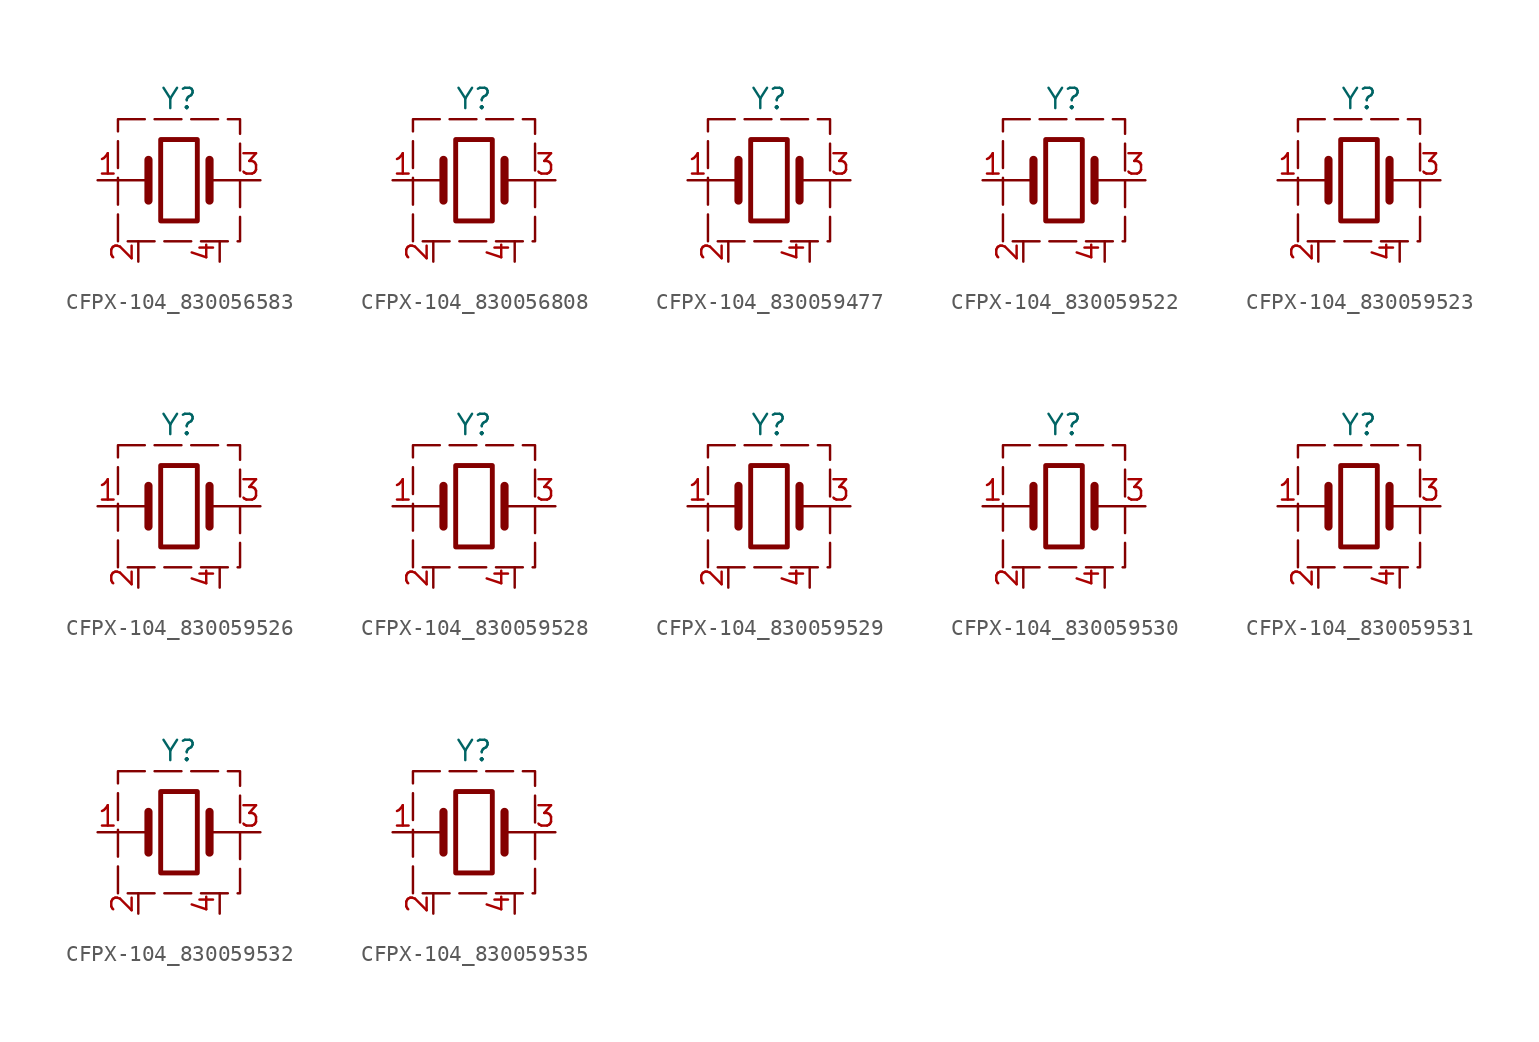
<source format=kicad_sym>
(kicad_symbol_lib
  (version 20220914)
  (generator kicad_symbol_editor)
  (symbol "CFPX-104_830056583"
    (pin_names hide)
    (property "Reference" "Y"
      (at 0 5.08 0)
      (effects (font (size 1.27 1.27))))
    (property "Critical Parameter" ""
      (at 0 -5.08 0)
      (effects (font (size 1.27 1.27)) (justify left)))
    (symbol "CFPX-104_830056583_0_1"
      (rectangle (start -1.143 2.54) (end 1.143 -2.54) (stroke (width 0.305) (type default)) (fill (type none)))
      (polyline (pts (xy -3.81 0) (xy -1.905 0)) (stroke (width 0) (type default)) (fill (type none)))
      (polyline (pts (xy -1.905 -1.27) (xy -1.905 1.27)) (stroke (width 0.508) (type default)) (fill (type none)))
      (polyline (pts (xy 1.905 -1.27) (xy 1.905 1.27)) (stroke (width 0.508) (type default)) (fill (type none)))
      (polyline (pts (xy 3.81 0) (xy 1.905 0)) (stroke (width 0) (type default)) (fill (type none))))
    (symbol "CFPX-104_830056583_1_1"
      (rectangle (start -3.81 3.81) (end 3.81 -3.81) (stroke (width 0) (type dash)) (fill (type none)))
      (pin passive line (at -5.08 0 0) (length 1.27) (name "1" (effects (font (size 1.27 1.27)))) (number "1" (effects (font (size 1.27 1.27)))))
      (pin passive line (at -2.54 -5.08 90) (length 1.27) (name "GND" (effects (font (size 1.27 1.27)))) (number "2" (effects (font (size 1.27 1.27)))))
      (pin passive line (at 5.08 0 180) (length 1.27) (name "3" (effects (font (size 1.27 1.27)))) (number "3" (effects (font (size 1.27 1.27)))))
      (pin passive line (at 2.54 -5.08 90) (length 1.27) (name "GND1" (effects (font (size 1.27 1.27)))) (number "4" (effects (font (size 1.27 1.27)))))))
  (symbol "CFPX-104_830056808"
    (pin_names hide)
    (property "Reference" "Y"
      (at 0 5.08 0)
      (effects (font (size 1.27 1.27))))
    (property "Critical Parameter" ""
      (at 0 -5.08 0)
      (effects (font (size 1.27 1.27)) (justify left)))
    (symbol "CFPX-104_830056808_0_1"
      (rectangle (start -1.143 2.54) (end 1.143 -2.54) (stroke (width 0.305) (type default)) (fill (type none)))
      (polyline (pts (xy -3.81 0) (xy -1.905 0)) (stroke (width 0) (type default)) (fill (type none)))
      (polyline (pts (xy -1.905 -1.27) (xy -1.905 1.27)) (stroke (width 0.508) (type default)) (fill (type none)))
      (polyline (pts (xy 1.905 -1.27) (xy 1.905 1.27)) (stroke (width 0.508) (type default)) (fill (type none)))
      (polyline (pts (xy 3.81 0) (xy 1.905 0)) (stroke (width 0) (type default)) (fill (type none))))
    (symbol "CFPX-104_830056808_1_1"
      (rectangle (start -3.81 3.81) (end 3.81 -3.81) (stroke (width 0) (type dash)) (fill (type none)))
      (pin passive line (at -5.08 0 0) (length 1.27) (name "1" (effects (font (size 1.27 1.27)))) (number "1" (effects (font (size 1.27 1.27)))))
      (pin passive line (at -2.54 -5.08 90) (length 1.27) (name "GND" (effects (font (size 1.27 1.27)))) (number "2" (effects (font (size 1.27 1.27)))))
      (pin passive line (at 5.08 0 180) (length 1.27) (name "3" (effects (font (size 1.27 1.27)))) (number "3" (effects (font (size 1.27 1.27)))))
      (pin passive line (at 2.54 -5.08 90) (length 1.27) (name "GND1" (effects (font (size 1.27 1.27)))) (number "4" (effects (font (size 1.27 1.27)))))))
  (symbol "CFPX-104_830059477"
    (pin_names hide)
    (property "Reference" "Y"
      (at 0 5.08 0)
      (effects (font (size 1.27 1.27))))
    (property "Critical Parameter" ""
      (at 0 -5.08 0)
      (effects (font (size 1.27 1.27)) (justify left)))
    (symbol "CFPX-104_830059477_0_1"
      (rectangle (start -1.143 2.54) (end 1.143 -2.54) (stroke (width 0.305) (type default)) (fill (type none)))
      (polyline (pts (xy -3.81 0) (xy -1.905 0)) (stroke (width 0) (type default)) (fill (type none)))
      (polyline (pts (xy -1.905 -1.27) (xy -1.905 1.27)) (stroke (width 0.508) (type default)) (fill (type none)))
      (polyline (pts (xy 1.905 -1.27) (xy 1.905 1.27)) (stroke (width 0.508) (type default)) (fill (type none)))
      (polyline (pts (xy 3.81 0) (xy 1.905 0)) (stroke (width 0) (type default)) (fill (type none))))
    (symbol "CFPX-104_830059477_1_1"
      (rectangle (start -3.81 3.81) (end 3.81 -3.81) (stroke (width 0) (type dash)) (fill (type none)))
      (pin passive line (at -5.08 0 0) (length 1.27) (name "1" (effects (font (size 1.27 1.27)))) (number "1" (effects (font (size 1.27 1.27)))))
      (pin passive line (at -2.54 -5.08 90) (length 1.27) (name "GND" (effects (font (size 1.27 1.27)))) (number "2" (effects (font (size 1.27 1.27)))))
      (pin passive line (at 5.08 0 180) (length 1.27) (name "3" (effects (font (size 1.27 1.27)))) (number "3" (effects (font (size 1.27 1.27)))))
      (pin passive line (at 2.54 -5.08 90) (length 1.27) (name "GND1" (effects (font (size 1.27 1.27)))) (number "4" (effects (font (size 1.27 1.27)))))))
  (symbol "CFPX-104_830059522"
    (pin_names hide)
    (property "Reference" "Y"
      (at 0 5.08 0)
      (effects (font (size 1.27 1.27))))
    (property "Critical Parameter" ""
      (at 0 -5.08 0)
      (effects (font (size 1.27 1.27)) (justify left)))
    (symbol "CFPX-104_830059522_0_1"
      (rectangle (start -1.143 2.54) (end 1.143 -2.54) (stroke (width 0.305) (type default)) (fill (type none)))
      (polyline (pts (xy -3.81 0) (xy -1.905 0)) (stroke (width 0) (type default)) (fill (type none)))
      (polyline (pts (xy -1.905 -1.27) (xy -1.905 1.27)) (stroke (width 0.508) (type default)) (fill (type none)))
      (polyline (pts (xy 1.905 -1.27) (xy 1.905 1.27)) (stroke (width 0.508) (type default)) (fill (type none)))
      (polyline (pts (xy 3.81 0) (xy 1.905 0)) (stroke (width 0) (type default)) (fill (type none))))
    (symbol "CFPX-104_830059522_1_1"
      (rectangle (start -3.81 3.81) (end 3.81 -3.81) (stroke (width 0) (type dash)) (fill (type none)))
      (pin passive line (at -5.08 0 0) (length 1.27) (name "1" (effects (font (size 1.27 1.27)))) (number "1" (effects (font (size 1.27 1.27)))))
      (pin passive line (at -2.54 -5.08 90) (length 1.27) (name "GND" (effects (font (size 1.27 1.27)))) (number "2" (effects (font (size 1.27 1.27)))))
      (pin passive line (at 5.08 0 180) (length 1.27) (name "3" (effects (font (size 1.27 1.27)))) (number "3" (effects (font (size 1.27 1.27)))))
      (pin passive line (at 2.54 -5.08 90) (length 1.27) (name "GND1" (effects (font (size 1.27 1.27)))) (number "4" (effects (font (size 1.27 1.27)))))))
  (symbol "CFPX-104_830059523"
    (pin_names hide)
    (property "Reference" "Y"
      (at 0 5.08 0)
      (effects (font (size 1.27 1.27))))
    (property "Critical Parameter" ""
      (at 0 -5.08 0)
      (effects (font (size 1.27 1.27)) (justify left)))
    (symbol "CFPX-104_830059523_0_1"
      (rectangle (start -1.143 2.54) (end 1.143 -2.54) (stroke (width 0.305) (type default)) (fill (type none)))
      (polyline (pts (xy -3.81 0) (xy -1.905 0)) (stroke (width 0) (type default)) (fill (type none)))
      (polyline (pts (xy -1.905 -1.27) (xy -1.905 1.27)) (stroke (width 0.508) (type default)) (fill (type none)))
      (polyline (pts (xy 1.905 -1.27) (xy 1.905 1.27)) (stroke (width 0.508) (type default)) (fill (type none)))
      (polyline (pts (xy 3.81 0) (xy 1.905 0)) (stroke (width 0) (type default)) (fill (type none))))
    (symbol "CFPX-104_830059523_1_1"
      (rectangle (start -3.81 3.81) (end 3.81 -3.81) (stroke (width 0) (type dash)) (fill (type none)))
      (pin passive line (at -5.08 0 0) (length 1.27) (name "1" (effects (font (size 1.27 1.27)))) (number "1" (effects (font (size 1.27 1.27)))))
      (pin passive line (at -2.54 -5.08 90) (length 1.27) (name "GND" (effects (font (size 1.27 1.27)))) (number "2" (effects (font (size 1.27 1.27)))))
      (pin passive line (at 5.08 0 180) (length 1.27) (name "3" (effects (font (size 1.27 1.27)))) (number "3" (effects (font (size 1.27 1.27)))))
      (pin passive line (at 2.54 -5.08 90) (length 1.27) (name "GND1" (effects (font (size 1.27 1.27)))) (number "4" (effects (font (size 1.27 1.27)))))))
  (symbol "CFPX-104_830059526"
    (pin_names hide)
    (property "Reference" "Y"
      (at 0 5.08 0)
      (effects (font (size 1.27 1.27))))
    (property "Critical Parameter" ""
      (at 0 -5.08 0)
      (effects (font (size 1.27 1.27)) (justify left)))
    (symbol "CFPX-104_830059526_0_1"
      (rectangle (start -1.143 2.54) (end 1.143 -2.54) (stroke (width 0.305) (type default)) (fill (type none)))
      (polyline (pts (xy -3.81 0) (xy -1.905 0)) (stroke (width 0) (type default)) (fill (type none)))
      (polyline (pts (xy -1.905 -1.27) (xy -1.905 1.27)) (stroke (width 0.508) (type default)) (fill (type none)))
      (polyline (pts (xy 1.905 -1.27) (xy 1.905 1.27)) (stroke (width 0.508) (type default)) (fill (type none)))
      (polyline (pts (xy 3.81 0) (xy 1.905 0)) (stroke (width 0) (type default)) (fill (type none))))
    (symbol "CFPX-104_830059526_1_1"
      (rectangle (start -3.81 3.81) (end 3.81 -3.81) (stroke (width 0) (type dash)) (fill (type none)))
      (pin passive line (at -5.08 0 0) (length 1.27) (name "1" (effects (font (size 1.27 1.27)))) (number "1" (effects (font (size 1.27 1.27)))))
      (pin passive line (at -2.54 -5.08 90) (length 1.27) (name "GND" (effects (font (size 1.27 1.27)))) (number "2" (effects (font (size 1.27 1.27)))))
      (pin passive line (at 5.08 0 180) (length 1.27) (name "3" (effects (font (size 1.27 1.27)))) (number "3" (effects (font (size 1.27 1.27)))))
      (pin passive line (at 2.54 -5.08 90) (length 1.27) (name "GND1" (effects (font (size 1.27 1.27)))) (number "4" (effects (font (size 1.27 1.27)))))))
  (symbol "CFPX-104_830059528"
    (pin_names hide)
    (property "Reference" "Y"
      (at 0 5.08 0)
      (effects (font (size 1.27 1.27))))
    (property "Critical Parameter" ""
      (at 0 -5.08 0)
      (effects (font (size 1.27 1.27)) (justify left)))
    (symbol "CFPX-104_830059528_0_1"
      (rectangle (start -1.143 2.54) (end 1.143 -2.54) (stroke (width 0.305) (type default)) (fill (type none)))
      (polyline (pts (xy -3.81 0) (xy -1.905 0)) (stroke (width 0) (type default)) (fill (type none)))
      (polyline (pts (xy -1.905 -1.27) (xy -1.905 1.27)) (stroke (width 0.508) (type default)) (fill (type none)))
      (polyline (pts (xy 1.905 -1.27) (xy 1.905 1.27)) (stroke (width 0.508) (type default)) (fill (type none)))
      (polyline (pts (xy 3.81 0) (xy 1.905 0)) (stroke (width 0) (type default)) (fill (type none))))
    (symbol "CFPX-104_830059528_1_1"
      (rectangle (start -3.81 3.81) (end 3.81 -3.81) (stroke (width 0) (type dash)) (fill (type none)))
      (pin passive line (at -5.08 0 0) (length 1.27) (name "1" (effects (font (size 1.27 1.27)))) (number "1" (effects (font (size 1.27 1.27)))))
      (pin passive line (at -2.54 -5.08 90) (length 1.27) (name "GND" (effects (font (size 1.27 1.27)))) (number "2" (effects (font (size 1.27 1.27)))))
      (pin passive line (at 5.08 0 180) (length 1.27) (name "3" (effects (font (size 1.27 1.27)))) (number "3" (effects (font (size 1.27 1.27)))))
      (pin passive line (at 2.54 -5.08 90) (length 1.27) (name "GND1" (effects (font (size 1.27 1.27)))) (number "4" (effects (font (size 1.27 1.27)))))))
  (symbol "CFPX-104_830059529"
    (pin_names hide)
    (property "Reference" "Y"
      (at 0 5.08 0)
      (effects (font (size 1.27 1.27))))
    (property "Critical Parameter" ""
      (at 0 -5.08 0)
      (effects (font (size 1.27 1.27)) (justify left)))
    (symbol "CFPX-104_830059529_0_1"
      (rectangle (start -1.143 2.54) (end 1.143 -2.54) (stroke (width 0.305) (type default)) (fill (type none)))
      (polyline (pts (xy -3.81 0) (xy -1.905 0)) (stroke (width 0) (type default)) (fill (type none)))
      (polyline (pts (xy -1.905 -1.27) (xy -1.905 1.27)) (stroke (width 0.508) (type default)) (fill (type none)))
      (polyline (pts (xy 1.905 -1.27) (xy 1.905 1.27)) (stroke (width 0.508) (type default)) (fill (type none)))
      (polyline (pts (xy 3.81 0) (xy 1.905 0)) (stroke (width 0) (type default)) (fill (type none))))
    (symbol "CFPX-104_830059529_1_1"
      (rectangle (start -3.81 3.81) (end 3.81 -3.81) (stroke (width 0) (type dash)) (fill (type none)))
      (pin passive line (at -5.08 0 0) (length 1.27) (name "1" (effects (font (size 1.27 1.27)))) (number "1" (effects (font (size 1.27 1.27)))))
      (pin passive line (at -2.54 -5.08 90) (length 1.27) (name "GND" (effects (font (size 1.27 1.27)))) (number "2" (effects (font (size 1.27 1.27)))))
      (pin passive line (at 5.08 0 180) (length 1.27) (name "3" (effects (font (size 1.27 1.27)))) (number "3" (effects (font (size 1.27 1.27)))))
      (pin passive line (at 2.54 -5.08 90) (length 1.27) (name "GND1" (effects (font (size 1.27 1.27)))) (number "4" (effects (font (size 1.27 1.27)))))))
  (symbol "CFPX-104_830059530"
    (pin_names hide)
    (property "Reference" "Y"
      (at 0 5.08 0)
      (effects (font (size 1.27 1.27))))
    (property "Critical Parameter" ""
      (at 0 -5.08 0)
      (effects (font (size 1.27 1.27)) (justify left)))
    (symbol "CFPX-104_830059530_0_1"
      (rectangle (start -1.143 2.54) (end 1.143 -2.54) (stroke (width 0.305) (type default)) (fill (type none)))
      (polyline (pts (xy -3.81 0) (xy -1.905 0)) (stroke (width 0) (type default)) (fill (type none)))
      (polyline (pts (xy -1.905 -1.27) (xy -1.905 1.27)) (stroke (width 0.508) (type default)) (fill (type none)))
      (polyline (pts (xy 1.905 -1.27) (xy 1.905 1.27)) (stroke (width 0.508) (type default)) (fill (type none)))
      (polyline (pts (xy 3.81 0) (xy 1.905 0)) (stroke (width 0) (type default)) (fill (type none))))
    (symbol "CFPX-104_830059530_1_1"
      (rectangle (start -3.81 3.81) (end 3.81 -3.81) (stroke (width 0) (type dash)) (fill (type none)))
      (pin passive line (at -5.08 0 0) (length 1.27) (name "1" (effects (font (size 1.27 1.27)))) (number "1" (effects (font (size 1.27 1.27)))))
      (pin passive line (at -2.54 -5.08 90) (length 1.27) (name "GND" (effects (font (size 1.27 1.27)))) (number "2" (effects (font (size 1.27 1.27)))))
      (pin passive line (at 5.08 0 180) (length 1.27) (name "3" (effects (font (size 1.27 1.27)))) (number "3" (effects (font (size 1.27 1.27)))))
      (pin passive line (at 2.54 -5.08 90) (length 1.27) (name "GND1" (effects (font (size 1.27 1.27)))) (number "4" (effects (font (size 1.27 1.27)))))))
  (symbol "CFPX-104_830059531"
    (pin_names hide)
    (property "Reference" "Y"
      (at 0 5.08 0)
      (effects (font (size 1.27 1.27))))
    (property "Critical Parameter" ""
      (at 0 -5.08 0)
      (effects (font (size 1.27 1.27)) (justify left)))
    (symbol "CFPX-104_830059531_0_1"
      (rectangle (start -1.143 2.54) (end 1.143 -2.54) (stroke (width 0.305) (type default)) (fill (type none)))
      (polyline (pts (xy -3.81 0) (xy -1.905 0)) (stroke (width 0) (type default)) (fill (type none)))
      (polyline (pts (xy -1.905 -1.27) (xy -1.905 1.27)) (stroke (width 0.508) (type default)) (fill (type none)))
      (polyline (pts (xy 1.905 -1.27) (xy 1.905 1.27)) (stroke (width 0.508) (type default)) (fill (type none)))
      (polyline (pts (xy 3.81 0) (xy 1.905 0)) (stroke (width 0) (type default)) (fill (type none))))
    (symbol "CFPX-104_830059531_1_1"
      (rectangle (start -3.81 3.81) (end 3.81 -3.81) (stroke (width 0) (type dash)) (fill (type none)))
      (pin passive line (at -5.08 0 0) (length 1.27) (name "1" (effects (font (size 1.27 1.27)))) (number "1" (effects (font (size 1.27 1.27)))))
      (pin passive line (at -2.54 -5.08 90) (length 1.27) (name "GND" (effects (font (size 1.27 1.27)))) (number "2" (effects (font (size 1.27 1.27)))))
      (pin passive line (at 5.08 0 180) (length 1.27) (name "3" (effects (font (size 1.27 1.27)))) (number "3" (effects (font (size 1.27 1.27)))))
      (pin passive line (at 2.54 -5.08 90) (length 1.27) (name "GND1" (effects (font (size 1.27 1.27)))) (number "4" (effects (font (size 1.27 1.27)))))))
  (symbol "CFPX-104_830059532"
    (pin_names hide)
    (property "Reference" "Y"
      (at 0 5.08 0)
      (effects (font (size 1.27 1.27))))
    (property "Critical Parameter" ""
      (at 0 -5.08 0)
      (effects (font (size 1.27 1.27)) (justify left)))
    (symbol "CFPX-104_830059532_0_1"
      (rectangle (start -1.143 2.54) (end 1.143 -2.54) (stroke (width 0.305) (type default)) (fill (type none)))
      (polyline (pts (xy -3.81 0) (xy -1.905 0)) (stroke (width 0) (type default)) (fill (type none)))
      (polyline (pts (xy -1.905 -1.27) (xy -1.905 1.27)) (stroke (width 0.508) (type default)) (fill (type none)))
      (polyline (pts (xy 1.905 -1.27) (xy 1.905 1.27)) (stroke (width 0.508) (type default)) (fill (type none)))
      (polyline (pts (xy 3.81 0) (xy 1.905 0)) (stroke (width 0) (type default)) (fill (type none))))
    (symbol "CFPX-104_830059532_1_1"
      (rectangle (start -3.81 3.81) (end 3.81 -3.81) (stroke (width 0) (type dash)) (fill (type none)))
      (pin passive line (at -5.08 0 0) (length 1.27) (name "1" (effects (font (size 1.27 1.27)))) (number "1" (effects (font (size 1.27 1.27)))))
      (pin passive line (at -2.54 -5.08 90) (length 1.27) (name "GND" (effects (font (size 1.27 1.27)))) (number "2" (effects (font (size 1.27 1.27)))))
      (pin passive line (at 5.08 0 180) (length 1.27) (name "3" (effects (font (size 1.27 1.27)))) (number "3" (effects (font (size 1.27 1.27)))))
      (pin passive line (at 2.54 -5.08 90) (length 1.27) (name "GND1" (effects (font (size 1.27 1.27)))) (number "4" (effects (font (size 1.27 1.27)))))))
  (symbol "CFPX-104_830059535"
    (pin_names hide)
    (property "Reference" "Y"
      (at 0 5.08 0)
      (effects (font (size 1.27 1.27))))
    (property "Critical Parameter" ""
      (at 0 -5.08 0)
      (effects (font (size 1.27 1.27)) (justify left)))
    (symbol "CFPX-104_830059535_0_1"
      (rectangle (start -1.143 2.54) (end 1.143 -2.54) (stroke (width 0.305) (type default)) (fill (type none)))
      (polyline (pts (xy -3.81 0) (xy -1.905 0)) (stroke (width 0) (type default)) (fill (type none)))
      (polyline (pts (xy -1.905 -1.27) (xy -1.905 1.27)) (stroke (width 0.508) (type default)) (fill (type none)))
      (polyline (pts (xy 1.905 -1.27) (xy 1.905 1.27)) (stroke (width 0.508) (type default)) (fill (type none)))
      (polyline (pts (xy 3.81 0) (xy 1.905 0)) (stroke (width 0) (type default)) (fill (type none))))
    (symbol "CFPX-104_830059535_1_1"
      (rectangle (start -3.81 3.81) (end 3.81 -3.81) (stroke (width 0) (type dash)) (fill (type none)))
      (pin passive line (at -5.08 0 0) (length 1.27) (name "1" (effects (font (size 1.27 1.27)))) (number "1" (effects (font (size 1.27 1.27)))))
      (pin passive line (at -2.54 -5.08 90) (length 1.27) (name "GND" (effects (font (size 1.27 1.27)))) (number "2" (effects (font (size 1.27 1.27)))))
      (pin passive line (at 5.08 0 180) (length 1.27) (name "3" (effects (font (size 1.27 1.27)))) (number "3" (effects (font (size 1.27 1.27)))))
      (pin passive line (at 2.54 -5.08 90) (length 1.27) (name "GND1" (effects (font (size 1.27 1.27)))) (number "4" (effects (font (size 1.27 1.27))))))))
</source>
